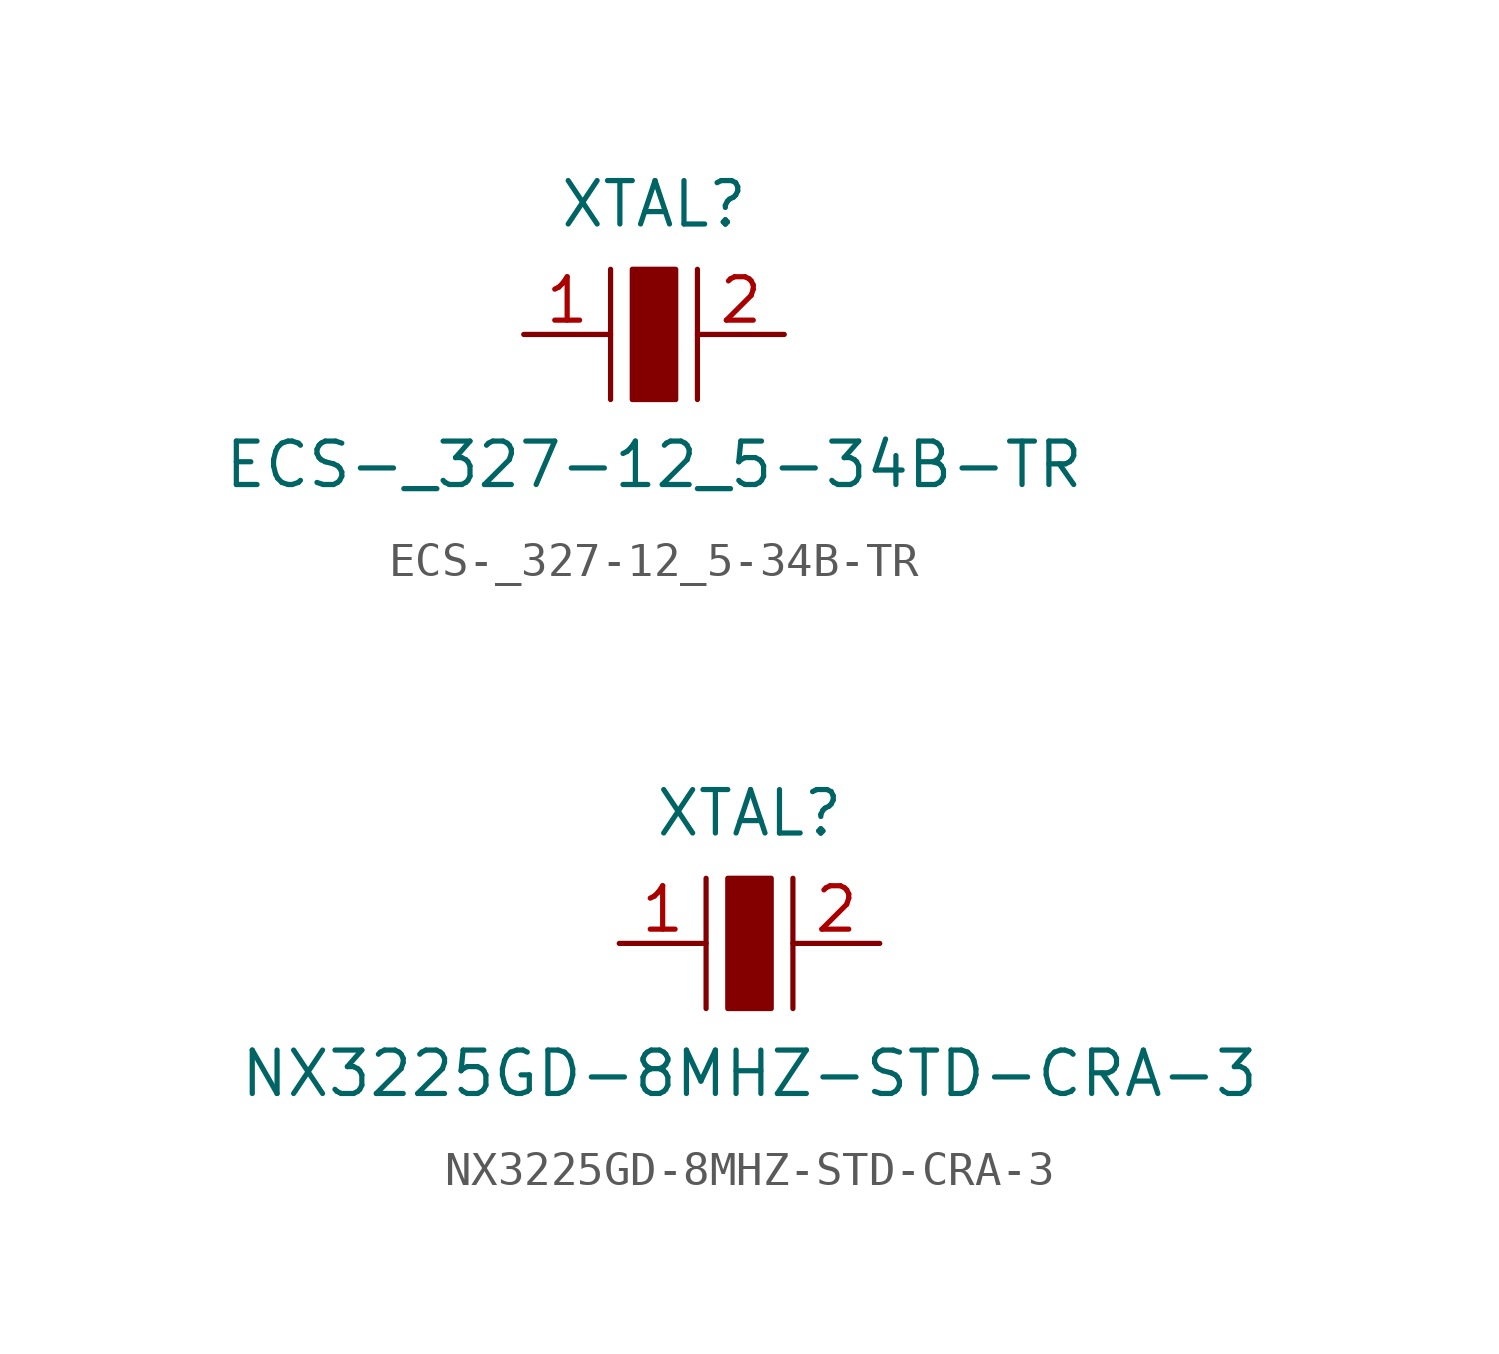
<source format=kicad_sym>
(kicad_symbol_lib
  (version 20220914)
  (generator kicad_symbol_editor)
  (symbol "ECS-_327-12_5-34B-TR"
    (pin_names
      (offset 1.016))
    (property "Reference" "XTAL"
      (at 0 3.81 0)
      (effects (font (size 1.27 1.27))))
    (property "Value" "ECS-_327-12_5-34B-TR"
      (at 0 -3.81 0)
      (effects (font (size 1.27 1.27))))
    (symbol "ECS-_327-12_5-34B-TR_1_1"
      (rectangle (start -0.635 1.905) (end 0.635 -1.905) (stroke (width 0) (type default)) (fill (type outline)))
      (polyline (pts (xy -1.27 1.905) (xy -1.27 -1.905)) (stroke (width 0) (type default)) (fill (type none)))
      (polyline (pts (xy 1.27 1.905) (xy 1.27 -1.905)) (stroke (width 0) (type default)) (fill (type none)))
      (pin bidirectional line (at -3.81 0 0) (length 2.54) (name "~" (effects (font (size 1.27 1.27)))) (number "1" (effects (font (size 1.27 1.27)))))
      (pin bidirectional line (at 3.81 0 180) (length 2.54) (name "~" (effects (font (size 1.27 1.27)))) (number "2" (effects (font (size 1.27 1.27)))))))
  (symbol "NX3225GD-8MHZ-STD-CRA-3"
    (pin_names
      (offset 1.016))
    (property "Reference" "XTAL"
      (at 0 3.81 0)
      (effects (font (size 1.27 1.27))))
    (property "Value" "NX3225GD-8MHZ-STD-CRA-3"
      (at 0 -3.81 0)
      (effects (font (size 1.27 1.27))))
    (symbol "NX3225GD-8MHZ-STD-CRA-3_1_1"
      (rectangle (start -0.635 1.905) (end 0.635 -1.905) (stroke (width 0) (type default)) (fill (type outline)))
      (polyline (pts (xy -1.27 1.905) (xy -1.27 -1.905)) (stroke (width 0) (type default)) (fill (type none)))
      (polyline (pts (xy 1.27 1.905) (xy 1.27 -1.905)) (stroke (width 0) (type default)) (fill (type none)))
      (pin bidirectional line (at -3.81 0 0) (length 2.54) (name "~" (effects (font (size 1.27 1.27)))) (number "1" (effects (font (size 1.27 1.27)))))
      (pin bidirectional line (at 3.81 0 180) (length 2.54) (name "~" (effects (font (size 1.27 1.27)))) (number "2" (effects (font (size 1.27 1.27))))))))
</source>
